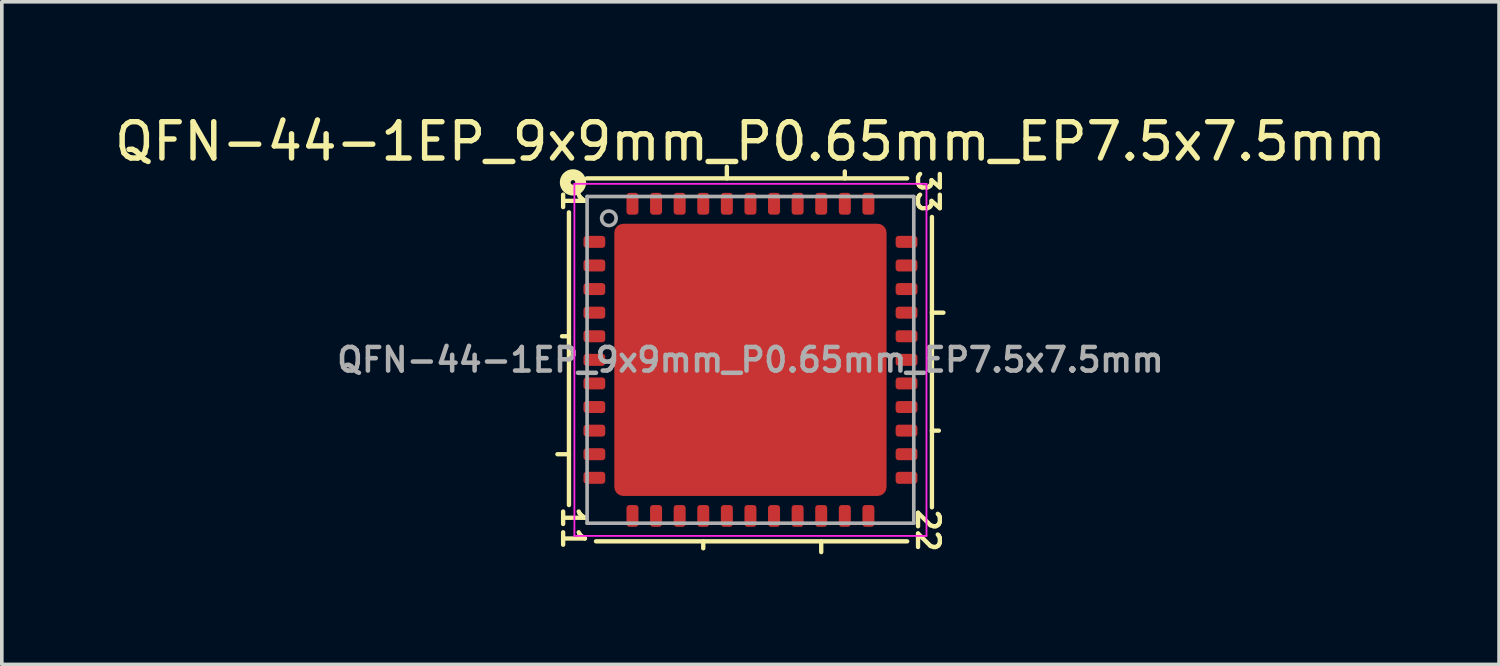
<source format=kicad_pcb>
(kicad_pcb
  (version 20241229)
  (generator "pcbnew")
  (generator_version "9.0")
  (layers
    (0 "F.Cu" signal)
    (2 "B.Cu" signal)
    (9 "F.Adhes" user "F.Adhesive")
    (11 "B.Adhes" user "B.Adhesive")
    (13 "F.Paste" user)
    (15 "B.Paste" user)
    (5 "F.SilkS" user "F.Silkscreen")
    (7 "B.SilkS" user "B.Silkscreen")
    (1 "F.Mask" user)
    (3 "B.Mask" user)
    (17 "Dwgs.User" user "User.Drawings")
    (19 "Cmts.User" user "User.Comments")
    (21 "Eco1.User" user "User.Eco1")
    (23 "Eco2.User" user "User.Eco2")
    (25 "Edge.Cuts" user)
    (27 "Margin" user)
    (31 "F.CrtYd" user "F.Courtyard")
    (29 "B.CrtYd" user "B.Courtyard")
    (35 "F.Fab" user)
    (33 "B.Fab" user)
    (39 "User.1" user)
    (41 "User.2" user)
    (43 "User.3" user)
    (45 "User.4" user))
  (footprint "QFN-44-1EP_9x9mm_P0.65mm_EP7.5x7.5mm"
    (layer "F.Cu")
    (at 17.625 6.864)
    (property "Reference" "QFN-44-1EP_9x9mm_P0.65mm_EP7.5x7.5mm" (at 0 -6.016 0) (layer "F.SilkS") (effects (font (size 1 1) (thickness 0.15))))
    (attr smd)
    (fp_line (start -5 -4.064) (end -5 4) (stroke (width 0.12) (type solid)) (layer "F.SilkS"))
    (fp_line (start -5 -0.65) (end -5.191 -0.65) (stroke (width 0.12) (type solid)) (layer "F.SilkS"))
    (fp_line (start -5 2.6) (end -5.317 2.6) (stroke (width 0.12) (type solid)) (layer "F.SilkS"))
    (fp_line (start -4.255 5) (end 4.318 5) (stroke (width 0.12) (type solid)) (layer "F.SilkS"))
    (fp_line (start -1.3 5) (end -1.3 5.191) (stroke (width 0.12) (type solid)) (layer "F.SilkS"))
    (fp_line (start -0.65 -5) (end -0.65 -5.317) (stroke (width 0.12) (type solid)) (layer "F.SilkS"))
    (fp_line (start 1.95 5) (end 1.95 5.297) (stroke (width 0.12) (type solid)) (layer "F.SilkS"))
    (fp_line (start 2.6 -5) (end 2.6 -5.191) (stroke (width 0.12) (type solid)) (layer "F.SilkS"))
    (fp_line (start 4.318 -5) (end -4.508 -5) (stroke (width 0.12) (type solid)) (layer "F.SilkS"))
    (fp_line (start 5 -1.3) (end 5.317 -1.3) (stroke (width 0.12) (type solid)) (layer "F.SilkS"))
    (fp_line (start 5 1.95) (end 5.191 1.95) (stroke (width 0.12) (type solid)) (layer "F.SilkS"))
    (fp_line (start 5 4.064) (end 5 -3.937) (stroke (width 0.12) (type solid)) (layer "F.SilkS"))
    (fp_circle (center -4.889 -4.889) (end -4.826 -4.889) (stroke (width 0.3) (type solid)) (fill no) (layer "F.SilkS"))
    (fp_line (start -4.85 -4.85) (end -4.85 4.85) (stroke (width 0.05) (type solid)) (layer "F.CrtYd"))
    (fp_line (start -4.85 4.85) (end 4.85 4.85) (stroke (width 0.05) (type solid)) (layer "F.CrtYd"))
    (fp_line (start 4.85 -4.85) (end -4.85 -4.85) (stroke (width 0.05) (type solid)) (layer "F.CrtYd"))
    (fp_line (start 4.85 4.85) (end 4.85 -4.85) (stroke (width 0.05) (type solid)) (layer "F.CrtYd"))
    (fp_line (start -4.5 -4.5) (end 4.5 -4.5) (stroke (width 0.1) (type solid)) (layer "F.Fab"))
    (fp_line (start -4.5 4.5) (end -4.5 -4.5) (stroke (width 0.1) (type solid)) (layer "F.Fab"))
    (fp_line (start 4.5 -4.5) (end 4.5 4.5) (stroke (width 0.1) (type solid)) (layer "F.Fab"))
    (fp_line (start 4.5 4.5) (end -4.5 4.5) (stroke (width 0.1) (type solid)) (layer "F.Fab"))
    (fp_circle (center -3.9 -3.9) (end -3.7 -3.9) (stroke (width 0.1) (type solid)) (fill no) (layer "F.Fab"))
    (fp_text user "22" (at 4.889 4.699 270) (unlocked yes) (layer "F.SilkS") (effects (font (size 0.6 0.6) (thickness 0.12))))
    (fp_text user "11" (at -4.889 4.636 270) (unlocked yes) (layer "F.SilkS") (effects (font (size 0.6 0.6) (thickness 0.12))))
    (fp_text user "1" (at -4.889 -4.381 270) (unlocked yes) (layer "F.SilkS") (effects (font (size 0.6 0.6) (thickness 0.12))))
    (fp_text user "33" (at 4.889 -4.636 270) (unlocked yes) (layer "F.SilkS") (effects (font (size 0.6 0.6) (thickness 0.12))))
    (fp_text user "${REFERENCE}" (at 0 0 0) (layer "F.Fab") (effects (font (size 0.65 0.65) (thickness 0.125))))
    (pad "" smd roundrect (at -2.7 -2.7) (size 1.5 1.5) (layers "F.Paste") (roundrect_rratio 0.167))
    (pad "" smd roundrect (at -2.7 -0.9) (size 1.5 1.5) (layers "F.Paste") (roundrect_rratio 0.167))
    (pad "" smd roundrect (at -2.7 0.9) (size 1.5 1.5) (layers "F.Paste") (roundrect_rratio 0.167))
    (pad "" smd roundrect (at -2.7 2.7) (size 1.5 1.5) (layers "F.Paste") (roundrect_rratio 0.167))
    (pad "" smd roundrect (at -0.9 -2.7) (size 1.5 1.5) (layers "F.Paste") (roundrect_rratio 0.167))
    (pad "" smd roundrect (at -0.9 -0.9) (size 1.5 1.5) (layers "F.Paste") (roundrect_rratio 0.167))
    (pad "" smd roundrect (at -0.9 0.9) (size 1.5 1.5) (layers "F.Paste") (roundrect_rratio 0.167))
    (pad "" smd roundrect (at -0.9 2.7) (size 1.5 1.5) (layers "F.Paste") (roundrect_rratio 0.167))
    (pad "" smd roundrect (at 0.9 -2.7) (size 1.5 1.5) (layers "F.Paste") (roundrect_rratio 0.167))
    (pad "" smd roundrect (at 0.9 -0.9) (size 1.5 1.5) (layers "F.Paste") (roundrect_rratio 0.167))
    (pad "" smd roundrect (at 0.9 0.9) (size 1.5 1.5) (layers "F.Paste") (roundrect_rratio 0.167))
    (pad "" smd roundrect (at 0.9 2.7) (size 1.5 1.5) (layers "F.Paste") (roundrect_rratio 0.167))
    (pad "" smd roundrect (at 2.7 -2.7) (size 1.5 1.5) (layers "F.Paste") (roundrect_rratio 0.167))
    (pad "" smd roundrect (at 2.7 -0.9) (size 1.5 1.5) (layers "F.Paste") (roundrect_rratio 0.167))
    (pad "" smd roundrect (at 2.7 0.9) (size 1.5 1.5) (layers "F.Paste") (roundrect_rratio 0.167))
    (pad "" smd roundrect (at 2.7 2.7) (size 1.5 1.5) (layers "F.Paste") (roundrect_rratio 0.167))
    (pad "1" smd roundrect (at -4.3 -3.25) (size 0.6 0.33) (layers "F.Cu" "F.Mask" "F.Paste") (roundrect_rratio 0.25))
    (pad "2" smd roundrect (at -4.3 -2.6) (size 0.6 0.33) (layers "F.Cu" "F.Mask" "F.Paste") (roundrect_rratio 0.25))
    (pad "3" smd roundrect (at -4.3 -1.95) (size 0.6 0.33) (layers "F.Cu" "F.Mask" "F.Paste") (roundrect_rratio 0.25))
    (pad "4" smd roundrect (at -4.3 -1.3) (size 0.6 0.33) (layers "F.Cu" "F.Mask" "F.Paste") (roundrect_rratio 0.25))
    (pad "5" smd roundrect (at -4.3 -0.65) (size 0.6 0.33) (layers "F.Cu" "F.Mask" "F.Paste") (roundrect_rratio 0.25))
    (pad "6" smd roundrect (at -4.3 0) (size 0.6 0.33) (layers "F.Cu" "F.Mask" "F.Paste") (roundrect_rratio 0.25))
    (pad "7" smd roundrect (at -4.3 0.65) (size 0.6 0.33) (layers "F.Cu" "F.Mask" "F.Paste") (roundrect_rratio 0.25))
    (pad "8" smd roundrect (at -4.3 1.3) (size 0.6 0.33) (layers "F.Cu" "F.Mask" "F.Paste") (roundrect_rratio 0.25))
    (pad "9" smd roundrect (at -4.3 1.95) (size 0.6 0.33) (layers "F.Cu" "F.Mask" "F.Paste") (roundrect_rratio 0.25))
    (pad "10" smd roundrect (at -4.3 2.6) (size 0.6 0.33) (layers "F.Cu" "F.Mask" "F.Paste") (roundrect_rratio 0.25))
    (pad "11" smd roundrect (at -4.3 3.25) (size 0.6 0.33) (layers "F.Cu" "F.Mask" "F.Paste") (roundrect_rratio 0.25))
    (pad "12" smd roundrect (at -3.25 4.3 90) (size 0.6 0.33) (layers "F.Cu" "F.Mask" "F.Paste") (roundrect_rratio 0.25))
    (pad "13" smd roundrect (at -2.6 4.3 90) (size 0.6 0.33) (layers "F.Cu" "F.Mask" "F.Paste") (roundrect_rratio 0.25))
    (pad "14" smd roundrect (at -1.95 4.3 90) (size 0.6 0.33) (layers "F.Cu" "F.Mask" "F.Paste") (roundrect_rratio 0.25))
    (pad "15" smd roundrect (at -1.3 4.3 90) (size 0.6 0.33) (layers "F.Cu" "F.Mask" "F.Paste") (roundrect_rratio 0.25))
    (pad "16" smd roundrect (at -0.65 4.3 90) (size 0.6 0.33) (layers "F.Cu" "F.Mask" "F.Paste") (roundrect_rratio 0.25))
    (pad "17" smd roundrect (at 0 4.3 90) (size 0.6 0.33) (layers "F.Cu" "F.Mask" "F.Paste") (roundrect_rratio 0.25))
    (pad "18" smd roundrect (at 0.65 4.3 90) (size 0.6 0.33) (layers "F.Cu" "F.Mask" "F.Paste") (roundrect_rratio 0.25))
    (pad "19" smd roundrect (at 1.3 4.3 90) (size 0.6 0.33) (layers "F.Cu" "F.Mask" "F.Paste") (roundrect_rratio 0.25))
    (pad "20" smd roundrect (at 1.95 4.3 90) (size 0.6 0.33) (layers "F.Cu" "F.Mask" "F.Paste") (roundrect_rratio 0.25))
    (pad "21" smd roundrect (at 2.6 4.3 90) (size 0.6 0.33) (layers "F.Cu" "F.Mask" "F.Paste") (roundrect_rratio 0.25))
    (pad "22" smd roundrect (at 3.25 4.3 90) (size 0.6 0.33) (layers "F.Cu" "F.Mask" "F.Paste") (roundrect_rratio 0.25))
    (pad "23" smd roundrect (at 4.3 3.25) (size 0.6 0.33) (layers "F.Cu" "F.Mask" "F.Paste") (roundrect_rratio 0.25))
    (pad "24" smd roundrect (at 4.3 2.6) (size 0.6 0.33) (layers "F.Cu" "F.Mask" "F.Paste") (roundrect_rratio 0.25))
    (pad "25" smd roundrect (at 4.3 1.95) (size 0.6 0.33) (layers "F.Cu" "F.Mask" "F.Paste") (roundrect_rratio 0.25))
    (pad "26" smd roundrect (at 4.3 1.3) (size 0.6 0.33) (layers "F.Cu" "F.Mask" "F.Paste") (roundrect_rratio 0.25))
    (pad "27" smd roundrect (at 4.3 0.65) (size 0.6 0.33) (layers "F.Cu" "F.Mask" "F.Paste") (roundrect_rratio 0.25))
    (pad "28" smd roundrect (at 4.3 0) (size 0.6 0.33) (layers "F.Cu" "F.Mask" "F.Paste") (roundrect_rratio 0.25))
    (pad "29" smd roundrect (at 4.3 -0.65) (size 0.6 0.33) (layers "F.Cu" "F.Mask" "F.Paste") (roundrect_rratio 0.25))
    (pad "30" smd roundrect (at 4.3 -1.3) (size 0.6 0.33) (layers "F.Cu" "F.Mask" "F.Paste") (roundrect_rratio 0.25))
    (pad "31" smd roundrect (at 4.3 -1.95) (size 0.6 0.33) (layers "F.Cu" "F.Mask" "F.Paste") (roundrect_rratio 0.25))
    (pad "32" smd roundrect (at 4.3 -2.6) (size 0.6 0.33) (layers "F.Cu" "F.Mask" "F.Paste") (roundrect_rratio 0.25))
    (pad "33" smd roundrect (at 4.3 -3.25) (size 0.6 0.33) (layers "F.Cu" "F.Mask" "F.Paste") (roundrect_rratio 0.25))
    (pad "34" smd roundrect (at 3.25 -4.3 90) (size 0.6 0.33) (layers "F.Cu" "F.Mask" "F.Paste") (roundrect_rratio 0.25))
    (pad "35" smd roundrect (at 2.6 -4.3 90) (size 0.6 0.33) (layers "F.Cu" "F.Mask" "F.Paste") (roundrect_rratio 0.25))
    (pad "36" smd roundrect (at 1.95 -4.3 90) (size 0.6 0.33) (layers "F.Cu" "F.Mask" "F.Paste") (roundrect_rratio 0.25))
    (pad "37" smd roundrect (at 1.3 -4.3 90) (size 0.6 0.33) (layers "F.Cu" "F.Mask" "F.Paste") (roundrect_rratio 0.25))
    (pad "38" smd roundrect (at 0.65 -4.3 90) (size 0.6 0.33) (layers "F.Cu" "F.Mask" "F.Paste") (roundrect_rratio 0.25))
    (pad "39" smd roundrect (at 0 -4.3 90) (size 0.6 0.33) (layers "F.Cu" "F.Mask" "F.Paste") (roundrect_rratio 0.25))
    (pad "40" smd roundrect (at -0.65 -4.3 90) (size 0.6 0.33) (layers "F.Cu" "F.Mask" "F.Paste") (roundrect_rratio 0.25))
    (pad "41" smd roundrect (at -1.3 -4.3 90) (size 0.6 0.33) (layers "F.Cu" "F.Mask" "F.Paste") (roundrect_rratio 0.25))
    (pad "42" smd roundrect (at -1.95 -4.3 90) (size 0.6 0.33) (layers "F.Cu" "F.Mask" "F.Paste") (roundrect_rratio 0.25))
    (pad "43" smd roundrect (at -2.6 -4.3 90) (size 0.6 0.33) (layers "F.Cu" "F.Mask" "F.Paste") (roundrect_rratio 0.25))
    (pad "44" smd roundrect (at -3.25 -4.3 90) (size 0.6 0.33) (layers "F.Cu" "F.Mask" "F.Paste") (roundrect_rratio 0.25))
    (pad "45" smd roundrect (at 0 0) (size 7.5 7.5) (layers "F.Cu" "F.Mask") (roundrect_rratio 0.033)))
  (gr_rect
    (start -3 -3)
    (end 38.25 15.255)
    (stroke (width 0.1) (type default))
    (fill no)
    (layer "Edge.Cuts")))
</source>
